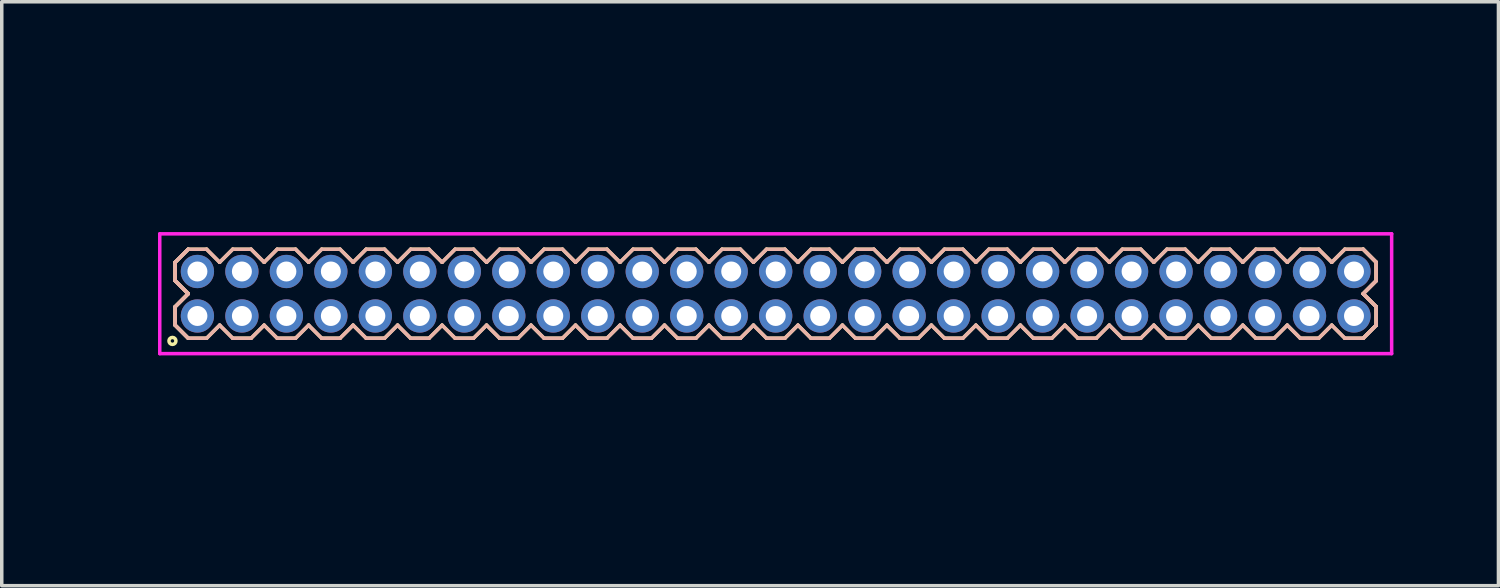
<source format=kicad_pcb>
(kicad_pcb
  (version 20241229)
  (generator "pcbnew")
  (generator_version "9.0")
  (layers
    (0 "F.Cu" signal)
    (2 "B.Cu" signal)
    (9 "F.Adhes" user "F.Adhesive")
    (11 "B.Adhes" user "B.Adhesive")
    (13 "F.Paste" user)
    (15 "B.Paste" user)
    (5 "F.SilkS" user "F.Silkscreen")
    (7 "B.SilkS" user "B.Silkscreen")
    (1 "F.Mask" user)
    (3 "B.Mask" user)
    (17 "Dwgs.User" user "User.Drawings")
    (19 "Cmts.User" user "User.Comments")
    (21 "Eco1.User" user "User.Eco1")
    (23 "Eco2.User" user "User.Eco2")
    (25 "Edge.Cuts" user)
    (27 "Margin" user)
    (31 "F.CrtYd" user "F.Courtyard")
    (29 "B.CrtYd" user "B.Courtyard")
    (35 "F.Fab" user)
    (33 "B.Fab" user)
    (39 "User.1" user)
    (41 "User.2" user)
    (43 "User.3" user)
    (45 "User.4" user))
  (footprint "HDR127P27x2"
    (layer "F.Cu")
    (at 19.096 5.336)
    (property "Reference" "HDR127P27x2" (at -18.335 0 90) (layer "User.1") (effects (font (size 1 1) (thickness 0.1))))
    (attr through_hole)
    (fp_line (start -17.145 -0.898) (end -16.773 -1.27) (stroke (width 0.1) (type solid)) (layer "F.SilkS"))
    (fp_line (start -17.145 -0.898) (end -16.773 -1.27) (stroke (width 0.1) (type solid)) (layer "F.SilkS"))
    (fp_line (start -17.145 -0.372) (end -17.145 -0.898) (stroke (width 0.1) (type solid)) (layer "F.SilkS"))
    (fp_line (start -17.145 -0.372) (end -17.145 -0.898) (stroke (width 0.1) (type solid)) (layer "F.SilkS"))
    (fp_line (start -17.145 0.372) (end -16.773 0) (stroke (width 0.1) (type solid)) (layer "F.SilkS"))
    (fp_line (start -17.145 0.372) (end -16.773 0) (stroke (width 0.1) (type solid)) (layer "F.SilkS"))
    (fp_line (start -17.145 0.898) (end -17.145 0.372) (stroke (width 0.1) (type solid)) (layer "F.SilkS"))
    (fp_line (start -17.145 0.898) (end -17.145 0.372) (stroke (width 0.1) (type solid)) (layer "F.SilkS"))
    (fp_line (start -16.773 -1.27) (end -16.247 -1.27) (stroke (width 0.1) (type solid)) (layer "F.SilkS"))
    (fp_line (start -16.773 0) (end -17.145 -0.372) (stroke (width 0.1) (type solid)) (layer "F.SilkS"))
    (fp_line (start -16.773 0) (end -17.145 -0.372) (stroke (width 0.1) (type solid)) (layer "F.SilkS"))
    (fp_line (start -16.773 1.27) (end -17.145 0.898) (stroke (width 0.1) (type solid)) (layer "F.SilkS"))
    (fp_line (start -16.773 1.27) (end -17.145 0.898) (stroke (width 0.1) (type solid)) (layer "F.SilkS"))
    (fp_line (start -16.247 -1.27) (end -15.875 -0.898) (stroke (width 0.1) (type solid)) (layer "F.SilkS"))
    (fp_line (start -16.247 1.27) (end -16.773 1.27) (stroke (width 0.1) (type solid)) (layer "F.SilkS"))
    (fp_line (start -15.875 -0.898) (end -15.503 -1.27) (stroke (width 0.1) (type solid)) (layer "F.SilkS"))
    (fp_line (start -15.875 0.898) (end -16.247 1.27) (stroke (width 0.1) (type solid)) (layer "F.SilkS"))
    (fp_line (start -15.503 -1.27) (end -14.977 -1.27) (stroke (width 0.1) (type solid)) (layer "F.SilkS"))
    (fp_line (start -15.503 1.27) (end -15.875 0.898) (stroke (width 0.1) (type solid)) (layer "F.SilkS"))
    (fp_line (start -14.977 -1.27) (end -14.605 -0.898) (stroke (width 0.1) (type solid)) (layer "F.SilkS"))
    (fp_line (start -14.977 1.27) (end -15.503 1.27) (stroke (width 0.1) (type solid)) (layer "F.SilkS"))
    (fp_line (start -14.605 -0.898) (end -14.233 -1.27) (stroke (width 0.1) (type solid)) (layer "F.SilkS"))
    (fp_line (start -14.605 0.898) (end -14.977 1.27) (stroke (width 0.1) (type solid)) (layer "F.SilkS"))
    (fp_line (start -14.233 -1.27) (end -13.707 -1.27) (stroke (width 0.1) (type solid)) (layer "F.SilkS"))
    (fp_line (start -14.233 1.27) (end -14.605 0.898) (stroke (width 0.1) (type solid)) (layer "F.SilkS"))
    (fp_line (start -13.707 -1.27) (end -13.335 -0.898) (stroke (width 0.1) (type solid)) (layer "F.SilkS"))
    (fp_line (start -13.707 1.27) (end -14.233 1.27) (stroke (width 0.1) (type solid)) (layer "F.SilkS"))
    (fp_line (start -13.335 -0.898) (end -12.963 -1.27) (stroke (width 0.1) (type solid)) (layer "F.SilkS"))
    (fp_line (start -13.335 0.898) (end -13.707 1.27) (stroke (width 0.1) (type solid)) (layer "F.SilkS"))
    (fp_line (start -12.963 -1.27) (end -12.437 -1.27) (stroke (width 0.1) (type solid)) (layer "F.SilkS"))
    (fp_line (start -12.963 1.27) (end -13.335 0.898) (stroke (width 0.1) (type solid)) (layer "F.SilkS"))
    (fp_line (start -12.437 -1.27) (end -12.065 -0.898) (stroke (width 0.1) (type solid)) (layer "F.SilkS"))
    (fp_line (start -12.437 1.27) (end -12.963 1.27) (stroke (width 0.1) (type solid)) (layer "F.SilkS"))
    (fp_line (start -12.065 -0.898) (end -11.693 -1.27) (stroke (width 0.1) (type solid)) (layer "F.SilkS"))
    (fp_line (start -12.065 0.898) (end -12.437 1.27) (stroke (width 0.1) (type solid)) (layer "F.SilkS"))
    (fp_line (start -11.693 -1.27) (end -11.167 -1.27) (stroke (width 0.1) (type solid)) (layer "F.SilkS"))
    (fp_line (start -11.693 1.27) (end -12.065 0.898) (stroke (width 0.1) (type solid)) (layer "F.SilkS"))
    (fp_line (start -11.167 -1.27) (end -10.795 -0.898) (stroke (width 0.1) (type solid)) (layer "F.SilkS"))
    (fp_line (start -11.167 1.27) (end -11.693 1.27) (stroke (width 0.1) (type solid)) (layer "F.SilkS"))
    (fp_line (start -10.795 -0.898) (end -10.423 -1.27) (stroke (width 0.1) (type solid)) (layer "F.SilkS"))
    (fp_line (start -10.795 0.898) (end -11.167 1.27) (stroke (width 0.1) (type solid)) (layer "F.SilkS"))
    (fp_line (start -10.423 -1.27) (end -9.897 -1.27) (stroke (width 0.1) (type solid)) (layer "F.SilkS"))
    (fp_line (start -10.423 1.27) (end -10.795 0.898) (stroke (width 0.1) (type solid)) (layer "F.SilkS"))
    (fp_line (start -9.897 -1.27) (end -9.525 -0.898) (stroke (width 0.1) (type solid)) (layer "F.SilkS"))
    (fp_line (start -9.897 1.27) (end -10.423 1.27) (stroke (width 0.1) (type solid)) (layer "F.SilkS"))
    (fp_line (start -9.525 -0.898) (end -9.153 -1.27) (stroke (width 0.1) (type solid)) (layer "F.SilkS"))
    (fp_line (start -9.525 0.898) (end -9.897 1.27) (stroke (width 0.1) (type solid)) (layer "F.SilkS"))
    (fp_line (start -9.153 -1.27) (end -8.627 -1.27) (stroke (width 0.1) (type solid)) (layer "F.SilkS"))
    (fp_line (start -9.153 1.27) (end -9.525 0.898) (stroke (width 0.1) (type solid)) (layer "F.SilkS"))
    (fp_line (start -8.627 -1.27) (end -8.255 -0.898) (stroke (width 0.1) (type solid)) (layer "F.SilkS"))
    (fp_line (start -8.627 1.27) (end -9.153 1.27) (stroke (width 0.1) (type solid)) (layer "F.SilkS"))
    (fp_line (start -8.255 -0.898) (end -7.883 -1.27) (stroke (width 0.1) (type solid)) (layer "F.SilkS"))
    (fp_line (start -8.255 0.898) (end -8.627 1.27) (stroke (width 0.1) (type solid)) (layer "F.SilkS"))
    (fp_line (start -7.883 -1.27) (end -7.357 -1.27) (stroke (width 0.1) (type solid)) (layer "F.SilkS"))
    (fp_line (start -7.883 1.27) (end -8.255 0.898) (stroke (width 0.1) (type solid)) (layer "F.SilkS"))
    (fp_line (start -7.357 -1.27) (end -6.985 -0.898) (stroke (width 0.1) (type solid)) (layer "F.SilkS"))
    (fp_line (start -7.357 1.27) (end -7.883 1.27) (stroke (width 0.1) (type solid)) (layer "F.SilkS"))
    (fp_line (start -6.985 -0.898) (end -6.613 -1.27) (stroke (width 0.1) (type solid)) (layer "F.SilkS"))
    (fp_line (start -6.985 0.898) (end -7.357 1.27) (stroke (width 0.1) (type solid)) (layer "F.SilkS"))
    (fp_line (start -6.613 -1.27) (end -6.087 -1.27) (stroke (width 0.1) (type solid)) (layer "F.SilkS"))
    (fp_line (start -6.613 1.27) (end -6.985 0.898) (stroke (width 0.1) (type solid)) (layer "F.SilkS"))
    (fp_line (start -6.087 -1.27) (end -5.715 -0.898) (stroke (width 0.1) (type solid)) (layer "F.SilkS"))
    (fp_line (start -6.087 1.27) (end -6.613 1.27) (stroke (width 0.1) (type solid)) (layer "F.SilkS"))
    (fp_line (start -5.715 -0.898) (end -5.343 -1.27) (stroke (width 0.1) (type solid)) (layer "F.SilkS"))
    (fp_line (start -5.715 0.898) (end -6.087 1.27) (stroke (width 0.1) (type solid)) (layer "F.SilkS"))
    (fp_line (start -5.343 -1.27) (end -4.817 -1.27) (stroke (width 0.1) (type solid)) (layer "F.SilkS"))
    (fp_line (start -5.343 1.27) (end -5.715 0.898) (stroke (width 0.1) (type solid)) (layer "F.SilkS"))
    (fp_line (start -4.817 -1.27) (end -4.445 -0.898) (stroke (width 0.1) (type solid)) (layer "F.SilkS"))
    (fp_line (start -4.817 1.27) (end -5.343 1.27) (stroke (width 0.1) (type solid)) (layer "F.SilkS"))
    (fp_line (start -4.445 -0.898) (end -4.073 -1.27) (stroke (width 0.1) (type solid)) (layer "F.SilkS"))
    (fp_line (start -4.445 0.898) (end -4.817 1.27) (stroke (width 0.1) (type solid)) (layer "F.SilkS"))
    (fp_line (start -4.073 -1.27) (end -3.547 -1.27) (stroke (width 0.1) (type solid)) (layer "F.SilkS"))
    (fp_line (start -4.073 1.27) (end -4.445 0.898) (stroke (width 0.1) (type solid)) (layer "F.SilkS"))
    (fp_line (start -3.547 -1.27) (end -3.175 -0.898) (stroke (width 0.1) (type solid)) (layer "F.SilkS"))
    (fp_line (start -3.547 1.27) (end -4.073 1.27) (stroke (width 0.1) (type solid)) (layer "F.SilkS"))
    (fp_line (start -3.175 -0.898) (end -2.803 -1.27) (stroke (width 0.1) (type solid)) (layer "F.SilkS"))
    (fp_line (start -3.175 0.898) (end -3.547 1.27) (stroke (width 0.1) (type solid)) (layer "F.SilkS"))
    (fp_line (start -2.803 -1.27) (end -2.277 -1.27) (stroke (width 0.1) (type solid)) (layer "F.SilkS"))
    (fp_line (start -2.803 1.27) (end -3.175 0.898) (stroke (width 0.1) (type solid)) (layer "F.SilkS"))
    (fp_line (start -2.277 -1.27) (end -1.905 -0.898) (stroke (width 0.1) (type solid)) (layer "F.SilkS"))
    (fp_line (start -2.277 1.27) (end -2.803 1.27) (stroke (width 0.1) (type solid)) (layer "F.SilkS"))
    (fp_line (start -1.905 -0.898) (end -1.533 -1.27) (stroke (width 0.1) (type solid)) (layer "F.SilkS"))
    (fp_line (start -1.905 0.898) (end -2.277 1.27) (stroke (width 0.1) (type solid)) (layer "F.SilkS"))
    (fp_line (start -1.533 -1.27) (end -1.007 -1.27) (stroke (width 0.1) (type solid)) (layer "F.SilkS"))
    (fp_line (start -1.533 1.27) (end -1.905 0.898) (stroke (width 0.1) (type solid)) (layer "F.SilkS"))
    (fp_line (start -1.007 -1.27) (end -0.635 -0.898) (stroke (width 0.1) (type solid)) (layer "F.SilkS"))
    (fp_line (start -1.007 1.27) (end -1.533 1.27) (stroke (width 0.1) (type solid)) (layer "F.SilkS"))
    (fp_line (start -0.635 -0.898) (end -0.263 -1.27) (stroke (width 0.1) (type solid)) (layer "F.SilkS"))
    (fp_line (start -0.635 0.898) (end -1.007 1.27) (stroke (width 0.1) (type solid)) (layer "F.SilkS"))
    (fp_line (start -0.263 -1.27) (end 0.263 -1.27) (stroke (width 0.1) (type solid)) (layer "F.SilkS"))
    (fp_line (start -0.263 1.27) (end -0.635 0.898) (stroke (width 0.1) (type solid)) (layer "F.SilkS"))
    (fp_line (start 0.263 -1.27) (end 0.635 -0.898) (stroke (width 0.1) (type solid)) (layer "F.SilkS"))
    (fp_line (start 0.263 1.27) (end -0.263 1.27) (stroke (width 0.1) (type solid)) (layer "F.SilkS"))
    (fp_line (start 0.635 -0.898) (end 1.007 -1.27) (stroke (width 0.1) (type solid)) (layer "F.SilkS"))
    (fp_line (start 0.635 0.898) (end 0.263 1.27) (stroke (width 0.1) (type solid)) (layer "F.SilkS"))
    (fp_line (start 1.007 -1.27) (end 1.533 -1.27) (stroke (width 0.1) (type solid)) (layer "F.SilkS"))
    (fp_line (start 1.007 1.27) (end 0.635 0.898) (stroke (width 0.1) (type solid)) (layer "F.SilkS"))
    (fp_line (start 1.533 -1.27) (end 1.905 -0.898) (stroke (width 0.1) (type solid)) (layer "F.SilkS"))
    (fp_line (start 1.533 1.27) (end 1.007 1.27) (stroke (width 0.1) (type solid)) (layer "F.SilkS"))
    (fp_line (start 1.905 -0.898) (end 2.277 -1.27) (stroke (width 0.1) (type solid)) (layer "F.SilkS"))
    (fp_line (start 1.905 0.898) (end 1.533 1.27) (stroke (width 0.1) (type solid)) (layer "F.SilkS"))
    (fp_line (start 2.277 -1.27) (end 2.803 -1.27) (stroke (width 0.1) (type solid)) (layer "F.SilkS"))
    (fp_line (start 2.277 1.27) (end 1.905 0.898) (stroke (width 0.1) (type solid)) (layer "F.SilkS"))
    (fp_line (start 2.803 -1.27) (end 3.175 -0.898) (stroke (width 0.1) (type solid)) (layer "F.SilkS"))
    (fp_line (start 2.803 1.27) (end 2.277 1.27) (stroke (width 0.1) (type solid)) (layer "F.SilkS"))
    (fp_line (start 3.175 -0.898) (end 3.547 -1.27) (stroke (width 0.1) (type solid)) (layer "F.SilkS"))
    (fp_line (start 3.175 0.898) (end 2.803 1.27) (stroke (width 0.1) (type solid)) (layer "F.SilkS"))
    (fp_line (start 3.547 -1.27) (end 4.073 -1.27) (stroke (width 0.1) (type solid)) (layer "F.SilkS"))
    (fp_line (start 3.547 1.27) (end 3.175 0.898) (stroke (width 0.1) (type solid)) (layer "F.SilkS"))
    (fp_line (start 4.073 -1.27) (end 4.445 -0.898) (stroke (width 0.1) (type solid)) (layer "F.SilkS"))
    (fp_line (start 4.073 1.27) (end 3.547 1.27) (stroke (width 0.1) (type solid)) (layer "F.SilkS"))
    (fp_line (start 4.445 -0.898) (end 4.817 -1.27) (stroke (width 0.1) (type solid)) (layer "F.SilkS"))
    (fp_line (start 4.445 0.898) (end 4.073 1.27) (stroke (width 0.1) (type solid)) (layer "F.SilkS"))
    (fp_line (start 4.817 -1.27) (end 5.343 -1.27) (stroke (width 0.1) (type solid)) (layer "F.SilkS"))
    (fp_line (start 4.817 1.27) (end 4.445 0.898) (stroke (width 0.1) (type solid)) (layer "F.SilkS"))
    (fp_line (start 5.343 -1.27) (end 5.715 -0.898) (stroke (width 0.1) (type solid)) (layer "F.SilkS"))
    (fp_line (start 5.343 1.27) (end 4.817 1.27) (stroke (width 0.1) (type solid)) (layer "F.SilkS"))
    (fp_line (start 5.715 -0.898) (end 6.087 -1.27) (stroke (width 0.1) (type solid)) (layer "F.SilkS"))
    (fp_line (start 5.715 0.898) (end 5.343 1.27) (stroke (width 0.1) (type solid)) (layer "F.SilkS"))
    (fp_line (start 6.087 -1.27) (end 6.613 -1.27) (stroke (width 0.1) (type solid)) (layer "F.SilkS"))
    (fp_line (start 6.087 1.27) (end 5.715 0.898) (stroke (width 0.1) (type solid)) (layer "F.SilkS"))
    (fp_line (start 6.613 -1.27) (end 6.985 -0.898) (stroke (width 0.1) (type solid)) (layer "F.SilkS"))
    (fp_line (start 6.613 1.27) (end 6.087 1.27) (stroke (width 0.1) (type solid)) (layer "F.SilkS"))
    (fp_line (start 6.985 -0.898) (end 7.357 -1.27) (stroke (width 0.1) (type solid)) (layer "F.SilkS"))
    (fp_line (start 6.985 0.898) (end 6.613 1.27) (stroke (width 0.1) (type solid)) (layer "F.SilkS"))
    (fp_line (start 7.357 -1.27) (end 7.883 -1.27) (stroke (width 0.1) (type solid)) (layer "F.SilkS"))
    (fp_line (start 7.357 1.27) (end 6.985 0.898) (stroke (width 0.1) (type solid)) (layer "F.SilkS"))
    (fp_line (start 7.883 -1.27) (end 8.255 -0.898) (stroke (width 0.1) (type solid)) (layer "F.SilkS"))
    (fp_line (start 7.883 1.27) (end 7.357 1.27) (stroke (width 0.1) (type solid)) (layer "F.SilkS"))
    (fp_line (start 8.255 -0.898) (end 8.627 -1.27) (stroke (width 0.1) (type solid)) (layer "F.SilkS"))
    (fp_line (start 8.255 0.898) (end 7.883 1.27) (stroke (width 0.1) (type solid)) (layer "F.SilkS"))
    (fp_line (start 8.627 -1.27) (end 9.153 -1.27) (stroke (width 0.1) (type solid)) (layer "F.SilkS"))
    (fp_line (start 8.627 1.27) (end 8.255 0.898) (stroke (width 0.1) (type solid)) (layer "F.SilkS"))
    (fp_line (start 9.153 -1.27) (end 9.525 -0.898) (stroke (width 0.1) (type solid)) (layer "F.SilkS"))
    (fp_line (start 9.153 1.27) (end 8.627 1.27) (stroke (width 0.1) (type solid)) (layer "F.SilkS"))
    (fp_line (start 9.525 -0.898) (end 9.897 -1.27) (stroke (width 0.1) (type solid)) (layer "F.SilkS"))
    (fp_line (start 9.525 0.898) (end 9.153 1.27) (stroke (width 0.1) (type solid)) (layer "F.SilkS"))
    (fp_line (start 9.897 -1.27) (end 10.423 -1.27) (stroke (width 0.1) (type solid)) (layer "F.SilkS"))
    (fp_line (start 9.897 1.27) (end 9.525 0.898) (stroke (width 0.1) (type solid)) (layer "F.SilkS"))
    (fp_line (start 10.423 -1.27) (end 10.795 -0.898) (stroke (width 0.1) (type solid)) (layer "F.SilkS"))
    (fp_line (start 10.423 1.27) (end 9.897 1.27) (stroke (width 0.1) (type solid)) (layer "F.SilkS"))
    (fp_line (start 10.795 -0.898) (end 11.167 -1.27) (stroke (width 0.1) (type solid)) (layer "F.SilkS"))
    (fp_line (start 10.795 0.898) (end 10.423 1.27) (stroke (width 0.1) (type solid)) (layer "F.SilkS"))
    (fp_line (start 11.167 -1.27) (end 11.693 -1.27) (stroke (width 0.1) (type solid)) (layer "F.SilkS"))
    (fp_line (start 11.167 1.27) (end 10.795 0.898) (stroke (width 0.1) (type solid)) (layer "F.SilkS"))
    (fp_line (start 11.693 -1.27) (end 12.065 -0.898) (stroke (width 0.1) (type solid)) (layer "F.SilkS"))
    (fp_line (start 11.693 1.27) (end 11.167 1.27) (stroke (width 0.1) (type solid)) (layer "F.SilkS"))
    (fp_line (start 12.065 -0.898) (end 12.437 -1.27) (stroke (width 0.1) (type solid)) (layer "F.SilkS"))
    (fp_line (start 12.065 0.898) (end 11.693 1.27) (stroke (width 0.1) (type solid)) (layer "F.SilkS"))
    (fp_line (start 12.437 -1.27) (end 12.963 -1.27) (stroke (width 0.1) (type solid)) (layer "F.SilkS"))
    (fp_line (start 12.437 1.27) (end 12.065 0.898) (stroke (width 0.1) (type solid)) (layer "F.SilkS"))
    (fp_line (start 12.963 -1.27) (end 13.335 -0.898) (stroke (width 0.1) (type solid)) (layer "F.SilkS"))
    (fp_line (start 12.963 1.27) (end 12.437 1.27) (stroke (width 0.1) (type solid)) (layer "F.SilkS"))
    (fp_line (start 13.335 -0.898) (end 13.707 -1.27) (stroke (width 0.1) (type solid)) (layer "F.SilkS"))
    (fp_line (start 13.335 0.898) (end 12.963 1.27) (stroke (width 0.1) (type solid)) (layer "F.SilkS"))
    (fp_line (start 13.707 -1.27) (end 14.233 -1.27) (stroke (width 0.1) (type solid)) (layer "F.SilkS"))
    (fp_line (start 13.707 1.27) (end 13.335 0.898) (stroke (width 0.1) (type solid)) (layer "F.SilkS"))
    (fp_line (start 14.233 -1.27) (end 14.605 -0.898) (stroke (width 0.1) (type solid)) (layer "F.SilkS"))
    (fp_line (start 14.233 1.27) (end 13.707 1.27) (stroke (width 0.1) (type solid)) (layer "F.SilkS"))
    (fp_line (start 14.605 -0.898) (end 14.977 -1.27) (stroke (width 0.1) (type solid)) (layer "F.SilkS"))
    (fp_line (start 14.605 0.898) (end 14.233 1.27) (stroke (width 0.1) (type solid)) (layer "F.SilkS"))
    (fp_line (start 14.977 -1.27) (end 15.503 -1.27) (stroke (width 0.1) (type solid)) (layer "F.SilkS"))
    (fp_line (start 14.977 1.27) (end 14.605 0.898) (stroke (width 0.1) (type solid)) (layer "F.SilkS"))
    (fp_line (start 15.503 -1.27) (end 15.875 -0.898) (stroke (width 0.1) (type solid)) (layer "F.SilkS"))
    (fp_line (start 15.503 1.27) (end 14.977 1.27) (stroke (width 0.1) (type solid)) (layer "F.SilkS"))
    (fp_line (start 15.875 -0.898) (end 16.247 -1.27) (stroke (width 0.1) (type solid)) (layer "F.SilkS"))
    (fp_line (start 15.875 0.898) (end 15.503 1.27) (stroke (width 0.1) (type solid)) (layer "F.SilkS"))
    (fp_line (start 16.247 -1.27) (end 16.773 -1.27) (stroke (width 0.1) (type solid)) (layer "F.SilkS"))
    (fp_line (start 16.247 1.27) (end 15.875 0.898) (stroke (width 0.1) (type solid)) (layer "F.SilkS"))
    (fp_line (start 16.773 -1.27) (end 17.145 -0.898) (stroke (width 0.1) (type solid)) (layer "F.SilkS"))
    (fp_line (start 16.773 -1.27) (end 17.145 -0.898) (stroke (width 0.1) (type solid)) (layer "F.SilkS"))
    (fp_line (start 16.773 0) (end 17.145 0.372) (stroke (width 0.1) (type solid)) (layer "F.SilkS"))
    (fp_line (start 16.773 0) (end 17.145 0.372) (stroke (width 0.1) (type solid)) (layer "F.SilkS"))
    (fp_line (start 16.773 1.27) (end 16.247 1.27) (stroke (width 0.1) (type solid)) (layer "F.SilkS"))
    (fp_line (start 17.145 -0.898) (end 17.145 -0.372) (stroke (width 0.1) (type solid)) (layer "F.SilkS"))
    (fp_line (start 17.145 -0.898) (end 17.145 -0.372) (stroke (width 0.1) (type solid)) (layer "F.SilkS"))
    (fp_line (start 17.145 -0.372) (end 16.773 0) (stroke (width 0.1) (type solid)) (layer "F.SilkS"))
    (fp_line (start 17.145 -0.372) (end 16.773 0) (stroke (width 0.1) (type solid)) (layer "F.SilkS"))
    (fp_line (start 17.145 0.372) (end 17.145 0.898) (stroke (width 0.1) (type solid)) (layer "F.SilkS"))
    (fp_line (start 17.145 0.372) (end 17.145 0.898) (stroke (width 0.1) (type solid)) (layer "F.SilkS"))
    (fp_line (start 17.145 0.898) (end 16.773 1.27) (stroke (width 0.1) (type solid)) (layer "F.SilkS"))
    (fp_line (start 17.145 0.898) (end 16.773 1.27) (stroke (width 0.1) (type solid)) (layer "F.SilkS"))
    (fp_circle (center -17.223 1.347) (end -17.123 1.347) (stroke (width 0.1) (type solid)) (fill no) (layer "F.SilkS"))
    (fp_line (start -17.145 -0.898) (end -16.773 -1.27) (stroke (width 0.1) (type solid)) (layer "B.SilkS"))
    (fp_line (start -17.145 -0.898) (end -16.773 -1.27) (stroke (width 0.1) (type solid)) (layer "B.SilkS"))
    (fp_line (start -17.145 -0.372) (end -17.145 -0.898) (stroke (width 0.1) (type solid)) (layer "B.SilkS"))
    (fp_line (start -17.145 -0.372) (end -17.145 -0.898) (stroke (width 0.1) (type solid)) (layer "B.SilkS"))
    (fp_line (start -17.145 0.372) (end -16.773 0) (stroke (width 0.1) (type solid)) (layer "B.SilkS"))
    (fp_line (start -17.145 0.372) (end -16.773 0) (stroke (width 0.1) (type solid)) (layer "B.SilkS"))
    (fp_line (start -17.145 0.898) (end -17.145 0.372) (stroke (width 0.1) (type solid)) (layer "B.SilkS"))
    (fp_line (start -17.145 0.898) (end -17.145 0.372) (stroke (width 0.1) (type solid)) (layer "B.SilkS"))
    (fp_line (start -16.773 -1.27) (end -16.247 -1.27) (stroke (width 0.1) (type solid)) (layer "B.SilkS"))
    (fp_line (start -16.773 0) (end -17.145 -0.372) (stroke (width 0.1) (type solid)) (layer "B.SilkS"))
    (fp_line (start -16.773 0) (end -17.145 -0.372) (stroke (width 0.1) (type solid)) (layer "B.SilkS"))
    (fp_line (start -16.773 1.27) (end -17.145 0.898) (stroke (width 0.1) (type solid)) (layer "B.SilkS"))
    (fp_line (start -16.773 1.27) (end -17.145 0.898) (stroke (width 0.1) (type solid)) (layer "B.SilkS"))
    (fp_line (start -16.247 -1.27) (end -15.875 -0.898) (stroke (width 0.1) (type solid)) (layer "B.SilkS"))
    (fp_line (start -16.247 1.27) (end -16.773 1.27) (stroke (width 0.1) (type solid)) (layer "B.SilkS"))
    (fp_line (start -15.875 -0.898) (end -15.503 -1.27) (stroke (width 0.1) (type solid)) (layer "B.SilkS"))
    (fp_line (start -15.875 0.898) (end -16.247 1.27) (stroke (width 0.1) (type solid)) (layer "B.SilkS"))
    (fp_line (start -15.503 -1.27) (end -14.977 -1.27) (stroke (width 0.1) (type solid)) (layer "B.SilkS"))
    (fp_line (start -15.503 1.27) (end -15.875 0.898) (stroke (width 0.1) (type solid)) (layer "B.SilkS"))
    (fp_line (start -14.977 -1.27) (end -14.605 -0.898) (stroke (width 0.1) (type solid)) (layer "B.SilkS"))
    (fp_line (start -14.977 1.27) (end -15.503 1.27) (stroke (width 0.1) (type solid)) (layer "B.SilkS"))
    (fp_line (start -14.605 -0.898) (end -14.233 -1.27) (stroke (width 0.1) (type solid)) (layer "B.SilkS"))
    (fp_line (start -14.605 0.898) (end -14.977 1.27) (stroke (width 0.1) (type solid)) (layer "B.SilkS"))
    (fp_line (start -14.233 -1.27) (end -13.707 -1.27) (stroke (width 0.1) (type solid)) (layer "B.SilkS"))
    (fp_line (start -14.233 1.27) (end -14.605 0.898) (stroke (width 0.1) (type solid)) (layer "B.SilkS"))
    (fp_line (start -13.707 -1.27) (end -13.335 -0.898) (stroke (width 0.1) (type solid)) (layer "B.SilkS"))
    (fp_line (start -13.707 1.27) (end -14.233 1.27) (stroke (width 0.1) (type solid)) (layer "B.SilkS"))
    (fp_line (start -13.335 -0.898) (end -12.963 -1.27) (stroke (width 0.1) (type solid)) (layer "B.SilkS"))
    (fp_line (start -13.335 0.898) (end -13.707 1.27) (stroke (width 0.1) (type solid)) (layer "B.SilkS"))
    (fp_line (start -12.963 -1.27) (end -12.437 -1.27) (stroke (width 0.1) (type solid)) (layer "B.SilkS"))
    (fp_line (start -12.963 1.27) (end -13.335 0.898) (stroke (width 0.1) (type solid)) (layer "B.SilkS"))
    (fp_line (start -12.437 -1.27) (end -12.065 -0.898) (stroke (width 0.1) (type solid)) (layer "B.SilkS"))
    (fp_line (start -12.437 1.27) (end -12.963 1.27) (stroke (width 0.1) (type solid)) (layer "B.SilkS"))
    (fp_line (start -12.065 -0.898) (end -11.693 -1.27) (stroke (width 0.1) (type solid)) (layer "B.SilkS"))
    (fp_line (start -12.065 0.898) (end -12.437 1.27) (stroke (width 0.1) (type solid)) (layer "B.SilkS"))
    (fp_line (start -11.693 -1.27) (end -11.167 -1.27) (stroke (width 0.1) (type solid)) (layer "B.SilkS"))
    (fp_line (start -11.693 1.27) (end -12.065 0.898) (stroke (width 0.1) (type solid)) (layer "B.SilkS"))
    (fp_line (start -11.167 -1.27) (end -10.795 -0.898) (stroke (width 0.1) (type solid)) (layer "B.SilkS"))
    (fp_line (start -11.167 1.27) (end -11.693 1.27) (stroke (width 0.1) (type solid)) (layer "B.SilkS"))
    (fp_line (start -10.795 -0.898) (end -10.423 -1.27) (stroke (width 0.1) (type solid)) (layer "B.SilkS"))
    (fp_line (start -10.795 0.898) (end -11.167 1.27) (stroke (width 0.1) (type solid)) (layer "B.SilkS"))
    (fp_line (start -10.423 -1.27) (end -9.897 -1.27) (stroke (width 0.1) (type solid)) (layer "B.SilkS"))
    (fp_line (start -10.423 1.27) (end -10.795 0.898) (stroke (width 0.1) (type solid)) (layer "B.SilkS"))
    (fp_line (start -9.897 -1.27) (end -9.525 -0.898) (stroke (width 0.1) (type solid)) (layer "B.SilkS"))
    (fp_line (start -9.897 1.27) (end -10.423 1.27) (stroke (width 0.1) (type solid)) (layer "B.SilkS"))
    (fp_line (start -9.525 -0.898) (end -9.153 -1.27) (stroke (width 0.1) (type solid)) (layer "B.SilkS"))
    (fp_line (start -9.525 0.898) (end -9.897 1.27) (stroke (width 0.1) (type solid)) (layer "B.SilkS"))
    (fp_line (start -9.153 -1.27) (end -8.627 -1.27) (stroke (width 0.1) (type solid)) (layer "B.SilkS"))
    (fp_line (start -9.153 1.27) (end -9.525 0.898) (stroke (width 0.1) (type solid)) (layer "B.SilkS"))
    (fp_line (start -8.627 -1.27) (end -8.255 -0.898) (stroke (width 0.1) (type solid)) (layer "B.SilkS"))
    (fp_line (start -8.627 1.27) (end -9.153 1.27) (stroke (width 0.1) (type solid)) (layer "B.SilkS"))
    (fp_line (start -8.255 -0.898) (end -7.883 -1.27) (stroke (width 0.1) (type solid)) (layer "B.SilkS"))
    (fp_line (start -8.255 0.898) (end -8.627 1.27) (stroke (width 0.1) (type solid)) (layer "B.SilkS"))
    (fp_line (start -7.883 -1.27) (end -7.357 -1.27) (stroke (width 0.1) (type solid)) (layer "B.SilkS"))
    (fp_line (start -7.883 1.27) (end -8.255 0.898) (stroke (width 0.1) (type solid)) (layer "B.SilkS"))
    (fp_line (start -7.357 -1.27) (end -6.985 -0.898) (stroke (width 0.1) (type solid)) (layer "B.SilkS"))
    (fp_line (start -7.357 1.27) (end -7.883 1.27) (stroke (width 0.1) (type solid)) (layer "B.SilkS"))
    (fp_line (start -6.985 -0.898) (end -6.613 -1.27) (stroke (width 0.1) (type solid)) (layer "B.SilkS"))
    (fp_line (start -6.985 0.898) (end -7.357 1.27) (stroke (width 0.1) (type solid)) (layer "B.SilkS"))
    (fp_line (start -6.613 -1.27) (end -6.087 -1.27) (stroke (width 0.1) (type solid)) (layer "B.SilkS"))
    (fp_line (start -6.613 1.27) (end -6.985 0.898) (stroke (width 0.1) (type solid)) (layer "B.SilkS"))
    (fp_line (start -6.087 -1.27) (end -5.715 -0.898) (stroke (width 0.1) (type solid)) (layer "B.SilkS"))
    (fp_line (start -6.087 1.27) (end -6.613 1.27) (stroke (width 0.1) (type solid)) (layer "B.SilkS"))
    (fp_line (start -5.715 -0.898) (end -5.343 -1.27) (stroke (width 0.1) (type solid)) (layer "B.SilkS"))
    (fp_line (start -5.715 0.898) (end -6.087 1.27) (stroke (width 0.1) (type solid)) (layer "B.SilkS"))
    (fp_line (start -5.343 -1.27) (end -4.817 -1.27) (stroke (width 0.1) (type solid)) (layer "B.SilkS"))
    (fp_line (start -5.343 1.27) (end -5.715 0.898) (stroke (width 0.1) (type solid)) (layer "B.SilkS"))
    (fp_line (start -4.817 -1.27) (end -4.445 -0.898) (stroke (width 0.1) (type solid)) (layer "B.SilkS"))
    (fp_line (start -4.817 1.27) (end -5.343 1.27) (stroke (width 0.1) (type solid)) (layer "B.SilkS"))
    (fp_line (start -4.445 -0.898) (end -4.073 -1.27) (stroke (width 0.1) (type solid)) (layer "B.SilkS"))
    (fp_line (start -4.445 0.898) (end -4.817 1.27) (stroke (width 0.1) (type solid)) (layer "B.SilkS"))
    (fp_line (start -4.073 -1.27) (end -3.547 -1.27) (stroke (width 0.1) (type solid)) (layer "B.SilkS"))
    (fp_line (start -4.073 1.27) (end -4.445 0.898) (stroke (width 0.1) (type solid)) (layer "B.SilkS"))
    (fp_line (start -3.547 -1.27) (end -3.175 -0.898) (stroke (width 0.1) (type solid)) (layer "B.SilkS"))
    (fp_line (start -3.547 1.27) (end -4.073 1.27) (stroke (width 0.1) (type solid)) (layer "B.SilkS"))
    (fp_line (start -3.175 -0.898) (end -2.803 -1.27) (stroke (width 0.1) (type solid)) (layer "B.SilkS"))
    (fp_line (start -3.175 0.898) (end -3.547 1.27) (stroke (width 0.1) (type solid)) (layer "B.SilkS"))
    (fp_line (start -2.803 -1.27) (end -2.277 -1.27) (stroke (width 0.1) (type solid)) (layer "B.SilkS"))
    (fp_line (start -2.803 1.27) (end -3.175 0.898) (stroke (width 0.1) (type solid)) (layer "B.SilkS"))
    (fp_line (start -2.277 -1.27) (end -1.905 -0.898) (stroke (width 0.1) (type solid)) (layer "B.SilkS"))
    (fp_line (start -2.277 1.27) (end -2.803 1.27) (stroke (width 0.1) (type solid)) (layer "B.SilkS"))
    (fp_line (start -1.905 -0.898) (end -1.533 -1.27) (stroke (width 0.1) (type solid)) (layer "B.SilkS"))
    (fp_line (start -1.905 0.898) (end -2.277 1.27) (stroke (width 0.1) (type solid)) (layer "B.SilkS"))
    (fp_line (start -1.533 -1.27) (end -1.007 -1.27) (stroke (width 0.1) (type solid)) (layer "B.SilkS"))
    (fp_line (start -1.533 1.27) (end -1.905 0.898) (stroke (width 0.1) (type solid)) (layer "B.SilkS"))
    (fp_line (start -1.007 -1.27) (end -0.635 -0.898) (stroke (width 0.1) (type solid)) (layer "B.SilkS"))
    (fp_line (start -1.007 1.27) (end -1.533 1.27) (stroke (width 0.1) (type solid)) (layer "B.SilkS"))
    (fp_line (start -0.635 -0.898) (end -0.263 -1.27) (stroke (width 0.1) (type solid)) (layer "B.SilkS"))
    (fp_line (start -0.635 0.898) (end -1.007 1.27) (stroke (width 0.1) (type solid)) (layer "B.SilkS"))
    (fp_line (start -0.263 -1.27) (end 0.263 -1.27) (stroke (width 0.1) (type solid)) (layer "B.SilkS"))
    (fp_line (start -0.263 1.27) (end -0.635 0.898) (stroke (width 0.1) (type solid)) (layer "B.SilkS"))
    (fp_line (start 0.263 -1.27) (end 0.635 -0.898) (stroke (width 0.1) (type solid)) (layer "B.SilkS"))
    (fp_line (start 0.263 1.27) (end -0.263 1.27) (stroke (width 0.1) (type solid)) (layer "B.SilkS"))
    (fp_line (start 0.635 -0.898) (end 1.007 -1.27) (stroke (width 0.1) (type solid)) (layer "B.SilkS"))
    (fp_line (start 0.635 0.898) (end 0.263 1.27) (stroke (width 0.1) (type solid)) (layer "B.SilkS"))
    (fp_line (start 1.007 -1.27) (end 1.533 -1.27) (stroke (width 0.1) (type solid)) (layer "B.SilkS"))
    (fp_line (start 1.007 1.27) (end 0.635 0.898) (stroke (width 0.1) (type solid)) (layer "B.SilkS"))
    (fp_line (start 1.533 -1.27) (end 1.905 -0.898) (stroke (width 0.1) (type solid)) (layer "B.SilkS"))
    (fp_line (start 1.533 1.27) (end 1.007 1.27) (stroke (width 0.1) (type solid)) (layer "B.SilkS"))
    (fp_line (start 1.905 -0.898) (end 2.277 -1.27) (stroke (width 0.1) (type solid)) (layer "B.SilkS"))
    (fp_line (start 1.905 0.898) (end 1.533 1.27) (stroke (width 0.1) (type solid)) (layer "B.SilkS"))
    (fp_line (start 2.277 -1.27) (end 2.803 -1.27) (stroke (width 0.1) (type solid)) (layer "B.SilkS"))
    (fp_line (start 2.277 1.27) (end 1.905 0.898) (stroke (width 0.1) (type solid)) (layer "B.SilkS"))
    (fp_line (start 2.803 -1.27) (end 3.175 -0.898) (stroke (width 0.1) (type solid)) (layer "B.SilkS"))
    (fp_line (start 2.803 1.27) (end 2.277 1.27) (stroke (width 0.1) (type solid)) (layer "B.SilkS"))
    (fp_line (start 3.175 -0.898) (end 3.547 -1.27) (stroke (width 0.1) (type solid)) (layer "B.SilkS"))
    (fp_line (start 3.175 0.898) (end 2.803 1.27) (stroke (width 0.1) (type solid)) (layer "B.SilkS"))
    (fp_line (start 3.547 -1.27) (end 4.073 -1.27) (stroke (width 0.1) (type solid)) (layer "B.SilkS"))
    (fp_line (start 3.547 1.27) (end 3.175 0.898) (stroke (width 0.1) (type solid)) (layer "B.SilkS"))
    (fp_line (start 4.073 -1.27) (end 4.445 -0.898) (stroke (width 0.1) (type solid)) (layer "B.SilkS"))
    (fp_line (start 4.073 1.27) (end 3.547 1.27) (stroke (width 0.1) (type solid)) (layer "B.SilkS"))
    (fp_line (start 4.445 -0.898) (end 4.817 -1.27) (stroke (width 0.1) (type solid)) (layer "B.SilkS"))
    (fp_line (start 4.445 0.898) (end 4.073 1.27) (stroke (width 0.1) (type solid)) (layer "B.SilkS"))
    (fp_line (start 4.817 -1.27) (end 5.343 -1.27) (stroke (width 0.1) (type solid)) (layer "B.SilkS"))
    (fp_line (start 4.817 1.27) (end 4.445 0.898) (stroke (width 0.1) (type solid)) (layer "B.SilkS"))
    (fp_line (start 5.343 -1.27) (end 5.715 -0.898) (stroke (width 0.1) (type solid)) (layer "B.SilkS"))
    (fp_line (start 5.343 1.27) (end 4.817 1.27) (stroke (width 0.1) (type solid)) (layer "B.SilkS"))
    (fp_line (start 5.715 -0.898) (end 6.087 -1.27) (stroke (width 0.1) (type solid)) (layer "B.SilkS"))
    (fp_line (start 5.715 0.898) (end 5.343 1.27) (stroke (width 0.1) (type solid)) (layer "B.SilkS"))
    (fp_line (start 6.087 -1.27) (end 6.613 -1.27) (stroke (width 0.1) (type solid)) (layer "B.SilkS"))
    (fp_line (start 6.087 1.27) (end 5.715 0.898) (stroke (width 0.1) (type solid)) (layer "B.SilkS"))
    (fp_line (start 6.613 -1.27) (end 6.985 -0.898) (stroke (width 0.1) (type solid)) (layer "B.SilkS"))
    (fp_line (start 6.613 1.27) (end 6.087 1.27) (stroke (width 0.1) (type solid)) (layer "B.SilkS"))
    (fp_line (start 6.985 -0.898) (end 7.357 -1.27) (stroke (width 0.1) (type solid)) (layer "B.SilkS"))
    (fp_line (start 6.985 0.898) (end 6.613 1.27) (stroke (width 0.1) (type solid)) (layer "B.SilkS"))
    (fp_line (start 7.357 -1.27) (end 7.883 -1.27) (stroke (width 0.1) (type solid)) (layer "B.SilkS"))
    (fp_line (start 7.357 1.27) (end 6.985 0.898) (stroke (width 0.1) (type solid)) (layer "B.SilkS"))
    (fp_line (start 7.883 -1.27) (end 8.255 -0.898) (stroke (width 0.1) (type solid)) (layer "B.SilkS"))
    (fp_line (start 7.883 1.27) (end 7.357 1.27) (stroke (width 0.1) (type solid)) (layer "B.SilkS"))
    (fp_line (start 8.255 -0.898) (end 8.627 -1.27) (stroke (width 0.1) (type solid)) (layer "B.SilkS"))
    (fp_line (start 8.255 0.898) (end 7.883 1.27) (stroke (width 0.1) (type solid)) (layer "B.SilkS"))
    (fp_line (start 8.627 -1.27) (end 9.153 -1.27) (stroke (width 0.1) (type solid)) (layer "B.SilkS"))
    (fp_line (start 8.627 1.27) (end 8.255 0.898) (stroke (width 0.1) (type solid)) (layer "B.SilkS"))
    (fp_line (start 9.153 -1.27) (end 9.525 -0.898) (stroke (width 0.1) (type solid)) (layer "B.SilkS"))
    (fp_line (start 9.153 1.27) (end 8.627 1.27) (stroke (width 0.1) (type solid)) (layer "B.SilkS"))
    (fp_line (start 9.525 -0.898) (end 9.897 -1.27) (stroke (width 0.1) (type solid)) (layer "B.SilkS"))
    (fp_line (start 9.525 0.898) (end 9.153 1.27) (stroke (width 0.1) (type solid)) (layer "B.SilkS"))
    (fp_line (start 9.897 -1.27) (end 10.423 -1.27) (stroke (width 0.1) (type solid)) (layer "B.SilkS"))
    (fp_line (start 9.897 1.27) (end 9.525 0.898) (stroke (width 0.1) (type solid)) (layer "B.SilkS"))
    (fp_line (start 10.423 -1.27) (end 10.795 -0.898) (stroke (width 0.1) (type solid)) (layer "B.SilkS"))
    (fp_line (start 10.423 1.27) (end 9.897 1.27) (stroke (width 0.1) (type solid)) (layer "B.SilkS"))
    (fp_line (start 10.795 -0.898) (end 11.167 -1.27) (stroke (width 0.1) (type solid)) (layer "B.SilkS"))
    (fp_line (start 10.795 0.898) (end 10.423 1.27) (stroke (width 0.1) (type solid)) (layer "B.SilkS"))
    (fp_line (start 11.167 -1.27) (end 11.693 -1.27) (stroke (width 0.1) (type solid)) (layer "B.SilkS"))
    (fp_line (start 11.167 1.27) (end 10.795 0.898) (stroke (width 0.1) (type solid)) (layer "B.SilkS"))
    (fp_line (start 11.693 -1.27) (end 12.065 -0.898) (stroke (width 0.1) (type solid)) (layer "B.SilkS"))
    (fp_line (start 11.693 1.27) (end 11.167 1.27) (stroke (width 0.1) (type solid)) (layer "B.SilkS"))
    (fp_line (start 12.065 -0.898) (end 12.437 -1.27) (stroke (width 0.1) (type solid)) (layer "B.SilkS"))
    (fp_line (start 12.065 0.898) (end 11.693 1.27) (stroke (width 0.1) (type solid)) (layer "B.SilkS"))
    (fp_line (start 12.437 -1.27) (end 12.963 -1.27) (stroke (width 0.1) (type solid)) (layer "B.SilkS"))
    (fp_line (start 12.437 1.27) (end 12.065 0.898) (stroke (width 0.1) (type solid)) (layer "B.SilkS"))
    (fp_line (start 12.963 -1.27) (end 13.335 -0.898) (stroke (width 0.1) (type solid)) (layer "B.SilkS"))
    (fp_line (start 12.963 1.27) (end 12.437 1.27) (stroke (width 0.1) (type solid)) (layer "B.SilkS"))
    (fp_line (start 13.335 -0.898) (end 13.707 -1.27) (stroke (width 0.1) (type solid)) (layer "B.SilkS"))
    (fp_line (start 13.335 0.898) (end 12.963 1.27) (stroke (width 0.1) (type solid)) (layer "B.SilkS"))
    (fp_line (start 13.707 -1.27) (end 14.233 -1.27) (stroke (width 0.1) (type solid)) (layer "B.SilkS"))
    (fp_line (start 13.707 1.27) (end 13.335 0.898) (stroke (width 0.1) (type solid)) (layer "B.SilkS"))
    (fp_line (start 14.233 -1.27) (end 14.605 -0.898) (stroke (width 0.1) (type solid)) (layer "B.SilkS"))
    (fp_line (start 14.233 1.27) (end 13.707 1.27) (stroke (width 0.1) (type solid)) (layer "B.SilkS"))
    (fp_line (start 14.605 -0.898) (end 14.977 -1.27) (stroke (width 0.1) (type solid)) (layer "B.SilkS"))
    (fp_line (start 14.605 0.898) (end 14.233 1.27) (stroke (width 0.1) (type solid)) (layer "B.SilkS"))
    (fp_line (start 14.977 -1.27) (end 15.503 -1.27) (stroke (width 0.1) (type solid)) (layer "B.SilkS"))
    (fp_line (start 14.977 1.27) (end 14.605 0.898) (stroke (width 0.1) (type solid)) (layer "B.SilkS"))
    (fp_line (start 15.503 -1.27) (end 15.875 -0.898) (stroke (width 0.1) (type solid)) (layer "B.SilkS"))
    (fp_line (start 15.503 1.27) (end 14.977 1.27) (stroke (width 0.1) (type solid)) (layer "B.SilkS"))
    (fp_line (start 15.875 -0.898) (end 16.247 -1.27) (stroke (width 0.1) (type solid)) (layer "B.SilkS"))
    (fp_line (start 15.875 0.898) (end 15.503 1.27) (stroke (width 0.1) (type solid)) (layer "B.SilkS"))
    (fp_line (start 16.247 -1.27) (end 16.773 -1.27) (stroke (width 0.1) (type solid)) (layer "B.SilkS"))
    (fp_line (start 16.247 1.27) (end 15.875 0.898) (stroke (width 0.1) (type solid)) (layer "B.SilkS"))
    (fp_line (start 16.773 -1.27) (end 17.145 -0.898) (stroke (width 0.1) (type solid)) (layer "B.SilkS"))
    (fp_line (start 16.773 -1.27) (end 17.145 -0.898) (stroke (width 0.1) (type solid)) (layer "B.SilkS"))
    (fp_line (start 16.773 0) (end 17.145 0.372) (stroke (width 0.1) (type solid)) (layer "B.SilkS"))
    (fp_line (start 16.773 0) (end 17.145 0.372) (stroke (width 0.1) (type solid)) (layer "B.SilkS"))
    (fp_line (start 16.773 1.27) (end 16.247 1.27) (stroke (width 0.1) (type solid)) (layer "B.SilkS"))
    (fp_line (start 17.145 -0.898) (end 17.145 -0.372) (stroke (width 0.1) (type solid)) (layer "B.SilkS"))
    (fp_line (start 17.145 -0.898) (end 17.145 -0.372) (stroke (width 0.1) (type solid)) (layer "B.SilkS"))
    (fp_line (start 17.145 -0.372) (end 16.773 0) (stroke (width 0.1) (type solid)) (layer "B.SilkS"))
    (fp_line (start 17.145 -0.372) (end 16.773 0) (stroke (width 0.1) (type solid)) (layer "B.SilkS"))
    (fp_line (start 17.145 0.372) (end 17.145 0.898) (stroke (width 0.1) (type solid)) (layer "B.SilkS"))
    (fp_line (start 17.145 0.372) (end 17.145 0.898) (stroke (width 0.1) (type solid)) (layer "B.SilkS"))
    (fp_line (start 17.145 0.898) (end 16.773 1.27) (stroke (width 0.1) (type solid)) (layer "B.SilkS"))
    (fp_line (start 17.145 0.898) (end 16.773 1.27) (stroke (width 0.1) (type solid)) (layer "B.SilkS"))
    (fp_line (start -17.585 -1.71) (end -17.585 1.71) (stroke (width 0.1) (type solid)) (layer "F.CrtYd"))
    (fp_line (start -17.585 1.71) (end 17.585 1.71) (stroke (width 0.1) (type solid)) (layer "F.CrtYd"))
    (fp_line (start 17.585 -1.71) (end -17.585 -1.71) (stroke (width 0.1) (type solid)) (layer "F.CrtYd"))
    (fp_line (start 17.585 1.71) (end 17.585 -1.71) (stroke (width 0.1) (type solid)) (layer "F.CrtYd"))
    (pad "1" thru_hole oval (at -16.51 0.635) (size 0.95 0.95) (drill 0.57) (layers "*.Cu" "*.Mask"))
    (pad "2" thru_hole oval (at -16.51 -0.635) (size 0.95 0.95) (drill 0.57) (layers "*.Cu" "*.Mask"))
    (pad "3" thru_hole oval (at -15.24 0.635) (size 0.95 0.95) (drill 0.57) (layers "*.Cu" "*.Mask"))
    (pad "4" thru_hole oval (at -15.24 -0.635) (size 0.95 0.95) (drill 0.57) (layers "*.Cu" "*.Mask"))
    (pad "5" thru_hole oval (at -13.97 0.635) (size 0.95 0.95) (drill 0.57) (layers "*.Cu" "*.Mask"))
    (pad "6" thru_hole oval (at -13.97 -0.635) (size 0.95 0.95) (drill 0.57) (layers "*.Cu" "*.Mask"))
    (pad "7" thru_hole oval (at -12.7 0.635) (size 0.95 0.95) (drill 0.57) (layers "*.Cu" "*.Mask"))
    (pad "8" thru_hole oval (at -12.7 -0.635) (size 0.95 0.95) (drill 0.57) (layers "*.Cu" "*.Mask"))
    (pad "9" thru_hole oval (at -11.43 0.635) (size 0.95 0.95) (drill 0.57) (layers "*.Cu" "*.Mask"))
    (pad "10" thru_hole oval (at -11.43 -0.635) (size 0.95 0.95) (drill 0.57) (layers "*.Cu" "*.Mask"))
    (pad "11" thru_hole oval (at -10.16 0.635) (size 0.95 0.95) (drill 0.57) (layers "*.Cu" "*.Mask"))
    (pad "12" thru_hole oval (at -10.16 -0.635) (size 0.95 0.95) (drill 0.57) (layers "*.Cu" "*.Mask"))
    (pad "13" thru_hole oval (at -8.89 0.635) (size 0.95 0.95) (drill 0.57) (layers "*.Cu" "*.Mask"))
    (pad "14" thru_hole oval (at -8.89 -0.635) (size 0.95 0.95) (drill 0.57) (layers "*.Cu" "*.Mask"))
    (pad "15" thru_hole oval (at -7.62 0.635) (size 0.95 0.95) (drill 0.57) (layers "*.Cu" "*.Mask"))
    (pad "16" thru_hole oval (at -7.62 -0.635) (size 0.95 0.95) (drill 0.57) (layers "*.Cu" "*.Mask"))
    (pad "17" thru_hole oval (at -6.35 0.635) (size 0.95 0.95) (drill 0.57) (layers "*.Cu" "*.Mask"))
    (pad "18" thru_hole oval (at -6.35 -0.635) (size 0.95 0.95) (drill 0.57) (layers "*.Cu" "*.Mask"))
    (pad "19" thru_hole oval (at -5.08 0.635) (size 0.95 0.95) (drill 0.57) (layers "*.Cu" "*.Mask"))
    (pad "20" thru_hole oval (at -5.08 -0.635) (size 0.95 0.95) (drill 0.57) (layers "*.Cu" "*.Mask"))
    (pad "21" thru_hole oval (at -3.81 0.635) (size 0.95 0.95) (drill 0.57) (layers "*.Cu" "*.Mask"))
    (pad "22" thru_hole oval (at -3.81 -0.635) (size 0.95 0.95) (drill 0.57) (layers "*.Cu" "*.Mask"))
    (pad "23" thru_hole oval (at -2.54 0.635) (size 0.95 0.95) (drill 0.57) (layers "*.Cu" "*.Mask"))
    (pad "24" thru_hole oval (at -2.54 -0.635) (size 0.95 0.95) (drill 0.57) (layers "*.Cu" "*.Mask"))
    (pad "25" thru_hole oval (at -1.27 0.635) (size 0.95 0.95) (drill 0.57) (layers "*.Cu" "*.Mask"))
    (pad "26" thru_hole oval (at -1.27 -0.635) (size 0.95 0.95) (drill 0.57) (layers "*.Cu" "*.Mask"))
    (pad "27" thru_hole oval (at 0 0.635) (size 0.95 0.95) (drill 0.57) (layers "*.Cu" "*.Mask"))
    (pad "28" thru_hole oval (at 0 -0.635) (size 0.95 0.95) (drill 0.57) (layers "*.Cu" "*.Mask"))
    (pad "29" thru_hole oval (at 1.27 0.635) (size 0.95 0.95) (drill 0.57) (layers "*.Cu" "*.Mask"))
    (pad "30" thru_hole oval (at 1.27 -0.635) (size 0.95 0.95) (drill 0.57) (layers "*.Cu" "*.Mask"))
    (pad "31" thru_hole oval (at 2.54 0.635) (size 0.95 0.95) (drill 0.57) (layers "*.Cu" "*.Mask"))
    (pad "32" thru_hole oval (at 2.54 -0.635) (size 0.95 0.95) (drill 0.57) (layers "*.Cu" "*.Mask"))
    (pad "33" thru_hole oval (at 3.81 0.635) (size 0.95 0.95) (drill 0.57) (layers "*.Cu" "*.Mask"))
    (pad "34" thru_hole oval (at 3.81 -0.635) (size 0.95 0.95) (drill 0.57) (layers "*.Cu" "*.Mask"))
    (pad "35" thru_hole oval (at 5.08 0.635) (size 0.95 0.95) (drill 0.57) (layers "*.Cu" "*.Mask"))
    (pad "36" thru_hole oval (at 5.08 -0.635) (size 0.95 0.95) (drill 0.57) (layers "*.Cu" "*.Mask"))
    (pad "37" thru_hole oval (at 6.35 0.635) (size 0.95 0.95) (drill 0.57) (layers "*.Cu" "*.Mask"))
    (pad "38" thru_hole oval (at 6.35 -0.635) (size 0.95 0.95) (drill 0.57) (layers "*.Cu" "*.Mask"))
    (pad "39" thru_hole oval (at 7.62 0.635) (size 0.95 0.95) (drill 0.57) (layers "*.Cu" "*.Mask"))
    (pad "40" thru_hole oval (at 7.62 -0.635) (size 0.95 0.95) (drill 0.57) (layers "*.Cu" "*.Mask"))
    (pad "41" thru_hole oval (at 8.89 0.635) (size 0.95 0.95) (drill 0.57) (layers "*.Cu" "*.Mask"))
    (pad "42" thru_hole oval (at 8.89 -0.635) (size 0.95 0.95) (drill 0.57) (layers "*.Cu" "*.Mask"))
    (pad "43" thru_hole oval (at 10.16 0.635) (size 0.95 0.95) (drill 0.57) (layers "*.Cu" "*.Mask"))
    (pad "44" thru_hole oval (at 10.16 -0.635) (size 0.95 0.95) (drill 0.57) (layers "*.Cu" "*.Mask"))
    (pad "45" thru_hole oval (at 11.43 0.635) (size 0.95 0.95) (drill 0.57) (layers "*.Cu" "*.Mask"))
    (pad "46" thru_hole oval (at 11.43 -0.635) (size 0.95 0.95) (drill 0.57) (layers "*.Cu" "*.Mask"))
    (pad "47" thru_hole oval (at 12.7 0.635) (size 0.95 0.95) (drill 0.57) (layers "*.Cu" "*.Mask"))
    (pad "48" thru_hole oval (at 12.7 -0.635) (size 0.95 0.95) (drill 0.57) (layers "*.Cu" "*.Mask"))
    (pad "49" thru_hole oval (at 13.97 0.635) (size 0.95 0.95) (drill 0.57) (layers "*.Cu" "*.Mask"))
    (pad "50" thru_hole oval (at 13.97 -0.635) (size 0.95 0.95) (drill 0.57) (layers "*.Cu" "*.Mask"))
    (pad "51" thru_hole oval (at 15.24 0.635) (size 0.95 0.95) (drill 0.57) (layers "*.Cu" "*.Mask"))
    (pad "52" thru_hole oval (at 15.24 -0.635) (size 0.95 0.95) (drill 0.57) (layers "*.Cu" "*.Mask"))
    (pad "53" thru_hole oval (at 16.51 0.635) (size 0.95 0.95) (drill 0.57) (layers "*.Cu" "*.Mask"))
    (pad "54" thru_hole oval (at 16.51 -0.635) (size 0.95 0.95) (drill 0.57) (layers "*.Cu" "*.Mask")))
  (gr_rect
    (start -3 -3)
    (end 39.73 13.671)
    (stroke (width 0.1) (type default))
    (fill no)
    (layer "Edge.Cuts")))
</source>
